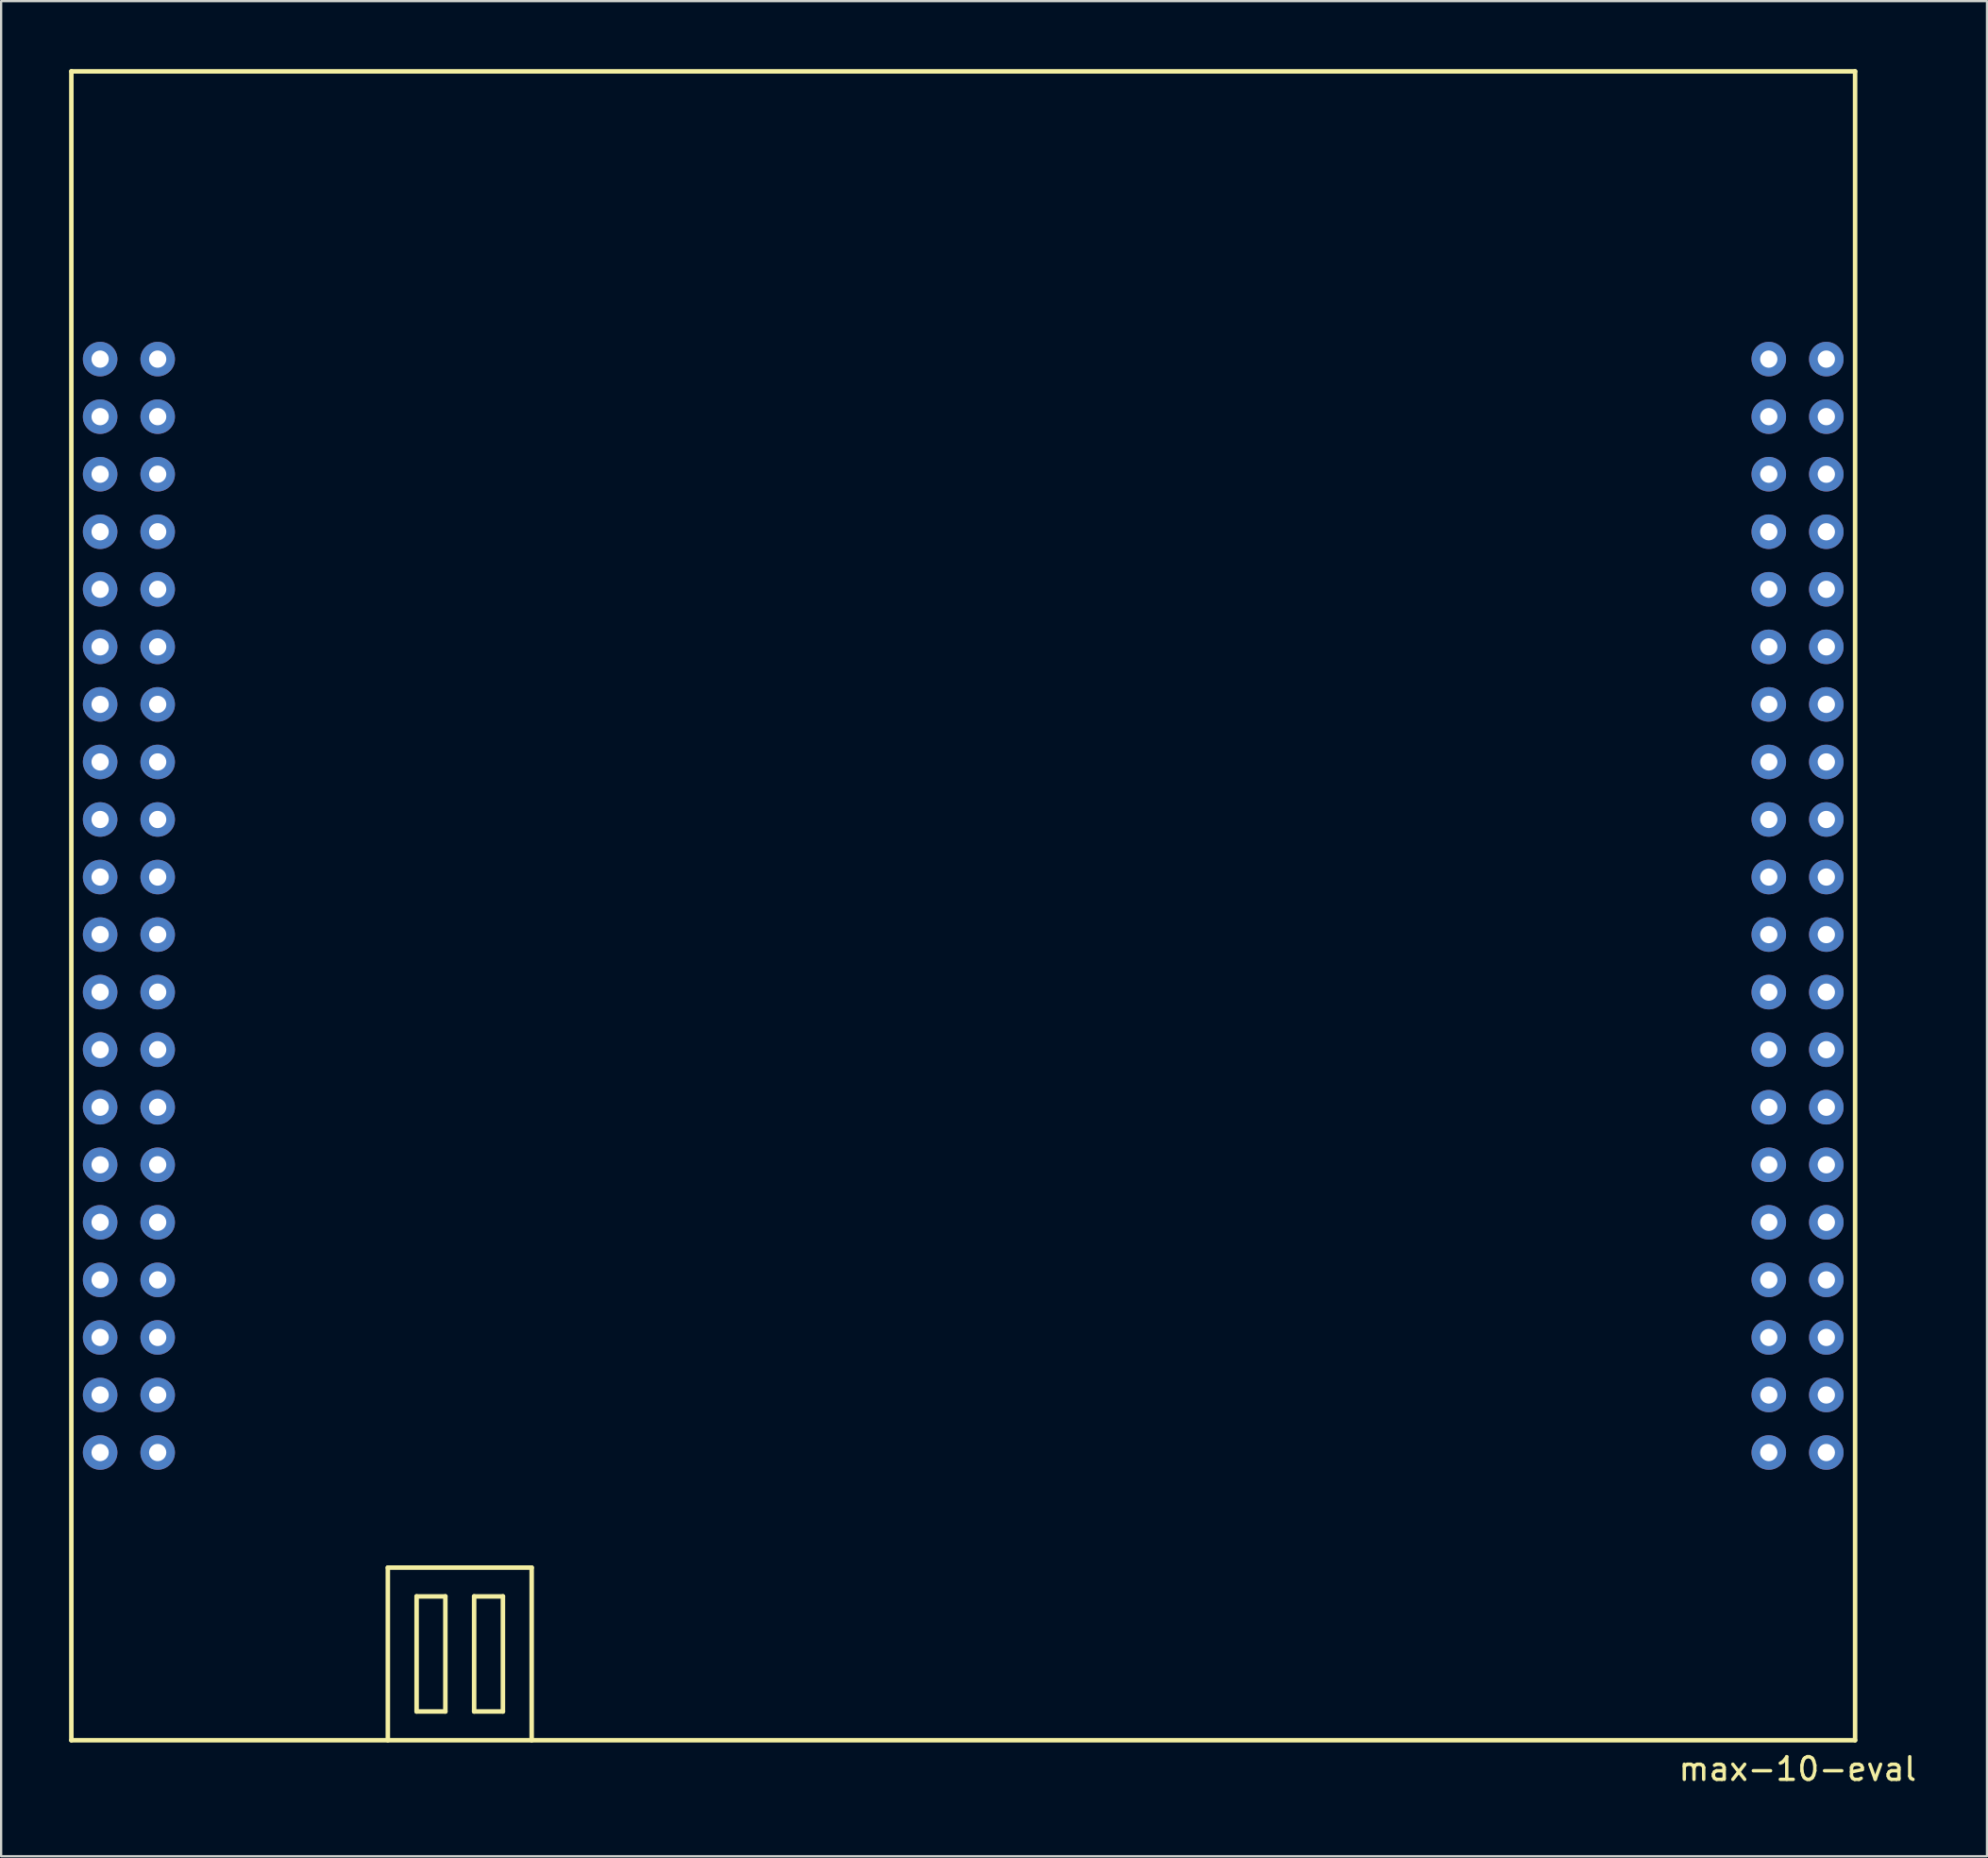
<source format=kicad_pcb>
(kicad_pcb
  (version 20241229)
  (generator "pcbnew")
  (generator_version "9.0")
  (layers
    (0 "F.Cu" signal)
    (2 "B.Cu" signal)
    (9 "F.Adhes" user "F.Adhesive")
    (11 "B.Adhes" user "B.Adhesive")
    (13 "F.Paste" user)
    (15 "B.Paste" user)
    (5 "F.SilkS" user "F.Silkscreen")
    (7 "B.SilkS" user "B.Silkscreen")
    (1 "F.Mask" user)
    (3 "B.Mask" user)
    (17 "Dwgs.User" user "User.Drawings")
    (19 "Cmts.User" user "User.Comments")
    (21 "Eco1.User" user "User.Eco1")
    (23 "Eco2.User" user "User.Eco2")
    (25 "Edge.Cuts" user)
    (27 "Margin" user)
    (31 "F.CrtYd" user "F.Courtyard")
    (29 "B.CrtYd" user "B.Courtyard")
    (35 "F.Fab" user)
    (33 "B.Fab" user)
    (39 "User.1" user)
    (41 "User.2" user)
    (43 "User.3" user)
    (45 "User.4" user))
  (footprint "max-10-eval"
    (layer "F.Cu")
    (at 1.37 12.8)
    (property "Reference" "max-10-eval" (at 74.93 62.23 0) (layer "F.SilkS") (effects (font (size 1 1) (thickness 0.15))))
    (attr through_hole)
    (fp_line (start -1.27 -12.7) (end -1.27 60.96) (stroke (width 0.2) (type solid)) (layer "F.SilkS"))
    (fp_line (start -1.27 60.96) (end 77.47 60.96) (stroke (width 0.2) (type solid)) (layer "F.SilkS"))
    (fp_line (start 12.7 53.34) (end 19.05 53.34) (stroke (width 0.2) (type solid)) (layer "F.SilkS"))
    (fp_line (start 12.7 60.96) (end 12.7 53.34) (stroke (width 0.2) (type solid)) (layer "F.SilkS"))
    (fp_line (start 13.97 54.61) (end 13.97 59.69) (stroke (width 0.2) (type solid)) (layer "F.SilkS"))
    (fp_line (start 13.97 59.69) (end 15.24 59.69) (stroke (width 0.2) (type solid)) (layer "F.SilkS"))
    (fp_line (start 15.24 54.61) (end 13.97 54.61) (stroke (width 0.2) (type solid)) (layer "F.SilkS"))
    (fp_line (start 15.24 59.69) (end 15.24 54.61) (stroke (width 0.2) (type solid)) (layer "F.SilkS"))
    (fp_line (start 16.51 54.61) (end 16.51 59.69) (stroke (width 0.2) (type solid)) (layer "F.SilkS"))
    (fp_line (start 16.51 59.69) (end 17.78 59.69) (stroke (width 0.2) (type solid)) (layer "F.SilkS"))
    (fp_line (start 17.78 54.61) (end 16.51 54.61) (stroke (width 0.2) (type solid)) (layer "F.SilkS"))
    (fp_line (start 17.78 59.69) (end 17.78 54.61) (stroke (width 0.2) (type solid)) (layer "F.SilkS"))
    (fp_line (start 19.05 53.34) (end 19.05 60.96) (stroke (width 0.2) (type solid)) (layer "F.SilkS"))
    (fp_line (start 77.47 -12.7) (end -1.27 -12.7) (stroke (width 0.2) (type solid)) (layer "F.SilkS"))
    (fp_line (start 77.47 60.96) (end 77.47 -12.7) (stroke (width 0.2) (type solid)) (layer "F.SilkS"))
    (pad "17" thru_hole circle (at 76.2 45.72) (size 1.524 1.524) (drill 0.762) (layers "*.Cu" "*.Mask"))
    (pad "28" thru_hole circle (at 76.2 33.02) (size 1.524 1.524) (drill 0.762) (layers "*.Cu" "*.Mask"))
    (pad "29" thru_hole circle (at 76.2 30.48) (size 1.524 1.524) (drill 0.762) (layers "*.Cu" "*.Mask"))
    (pad "30" thru_hole circle (at 76.2 25.4) (size 1.524 1.524) (drill 0.762) (layers "*.Cu" "*.Mask"))
    (pad "32" thru_hole circle (at 73.66 33.02) (size 1.524 1.524) (drill 0.762) (layers "*.Cu" "*.Mask"))
    (pad "33" thru_hole circle (at 73.66 30.48) (size 1.524 1.524) (drill 0.762) (layers "*.Cu" "*.Mask"))
    (pad "38" thru_hole circle (at 76.2 22.86) (size 1.524 1.524) (drill 0.762) (layers "*.Cu" "*.Mask"))
    (pad "39" thru_hole circle (at 76.2 20.32) (size 1.524 1.524) (drill 0.762) (layers "*.Cu" "*.Mask"))
    (pad "41" thru_hole circle (at 73.66 22.86) (size 1.524 1.524) (drill 0.762) (layers "*.Cu" "*.Mask"))
    (pad "43" thru_hole circle (at 73.66 20.32) (size 1.524 1.524) (drill 0.762) (layers "*.Cu" "*.Mask"))
    (pad "44" thru_hole circle (at 76.2 17.78) (size 1.524 1.524) (drill 0.762) (layers "*.Cu" "*.Mask"))
    (pad "45" thru_hole circle (at 76.2 15.24) (size 1.524 1.524) (drill 0.762) (layers "*.Cu" "*.Mask"))
    (pad "46" thru_hole circle (at 73.66 17.78) (size 1.524 1.524) (drill 0.762) (layers "*.Cu" "*.Mask"))
    (pad "47" thru_hole circle (at 73.66 15.24) (size 1.524 1.524) (drill 0.762) (layers "*.Cu" "*.Mask"))
    (pad "48" thru_hole circle (at 76.2 0) (size 1.524 1.524) (drill 0.762) (layers "*.Cu" "*.Mask"))
    (pad "50" thru_hole circle (at 76.2 12.7) (size 1.524 1.524) (drill 0.762) (layers "*.Cu" "*.Mask"))
    (pad "52" thru_hole circle (at 76.2 10.16) (size 1.524 1.524) (drill 0.762) (layers "*.Cu" "*.Mask"))
    (pad "55" thru_hole circle (at 73.66 12.7) (size 1.524 1.524) (drill 0.762) (layers "*.Cu" "*.Mask"))
    (pad "56" thru_hole circle (at 73.66 10.16) (size 1.524 1.524) (drill 0.762) (layers "*.Cu" "*.Mask"))
    (pad "57" thru_hole circle (at 76.2 7.62) (size 1.524 1.524) (drill 0.762) (layers "*.Cu" "*.Mask"))
    (pad "58" thru_hole circle (at 76.2 5.08) (size 1.524 1.524) (drill 0.762) (layers "*.Cu" "*.Mask"))
    (pad "59" thru_hole circle (at 73.66 7.62) (size 1.524 1.524) (drill 0.762) (layers "*.Cu" "*.Mask"))
    (pad "60" thru_hole circle (at 73.66 5.08) (size 1.524 1.524) (drill 0.762) (layers "*.Cu" "*.Mask"))
    (pad "61" thru_hole circle (at 73.66 40.64) (size 1.524 1.524) (drill 0.762) (layers "*.Cu" "*.Mask"))
    (pad "80" thru_hole circle (at 2.54 45.72) (size 1.524 1.524) (drill 0.762) (layers "*.Cu" "*.Mask"))
    (pad "88" thru_hole circle (at 0 5.08) (size 1.524 1.524) (drill 0.762) (layers "*.Cu" "*.Mask"))
    (pad "89" thru_hole circle (at 0 7.62) (size 1.524 1.524) (drill 0.762) (layers "*.Cu" "*.Mask"))
    (pad "90" thru_hole circle (at 2.54 5.08) (size 1.524 1.524) (drill 0.762) (layers "*.Cu" "*.Mask"))
    (pad "91" thru_hole circle (at 2.54 7.62) (size 1.524 1.524) (drill 0.762) (layers "*.Cu" "*.Mask"))
    (pad "92" thru_hole circle (at 0 10.16) (size 1.524 1.524) (drill 0.762) (layers "*.Cu" "*.Mask"))
    (pad "93" thru_hole circle (at 0 12.7) (size 1.524 1.524) (drill 0.762) (layers "*.Cu" "*.Mask"))
    (pad "96" thru_hole circle (at 2.54 10.16) (size 1.524 1.524) (drill 0.762) (layers "*.Cu" "*.Mask"))
    (pad "97" thru_hole circle (at 2.54 0) (size 1.524 1.524) (drill 0.762) (layers "*.Cu" "*.Mask"))
    (pad "98" thru_hole circle (at 2.54 12.7) (size 1.524 1.524) (drill 0.762) (layers "*.Cu" "*.Mask"))
    (pad "99" thru_hole circle (at 0 15.24) (size 1.524 1.524) (drill 0.762) (layers "*.Cu" "*.Mask"))
    (pad "100" thru_hole circle (at 2.54 15.24) (size 1.524 1.524) (drill 0.762) (layers "*.Cu" "*.Mask"))
    (pad "101" thru_hole circle (at 0 17.78) (size 1.524 1.524) (drill 0.762) (layers "*.Cu" "*.Mask"))
    (pad "102" thru_hole circle (at 2.54 17.78) (size 1.524 1.524) (drill 0.762) (layers "*.Cu" "*.Mask"))
    (pad "105" thru_hole circle (at 0 20.32) (size 1.524 1.524) (drill 0.762) (layers "*.Cu" "*.Mask"))
    (pad "106" thru_hole circle (at 0 22.86) (size 1.524 1.524) (drill 0.762) (layers "*.Cu" "*.Mask"))
    (pad "110" thru_hole circle (at 0 30.48) (size 1.524 1.524) (drill 0.762) (layers "*.Cu" "*.Mask"))
    (pad "111" thru_hole circle (at 0 33.02) (size 1.524 1.524) (drill 0.762) (layers "*.Cu" "*.Mask"))
    (pad "112" thru_hole circle (at 2.54 25.4) (size 1.524 1.524) (drill 0.762) (layers "*.Cu" "*.Mask"))
    (pad "113" thru_hole circle (at 2.54 38.1) (size 1.524 1.524) (drill 0.762) (layers "*.Cu" "*.Mask"))
    (pad "114" thru_hole circle (at 2.54 40.64) (size 1.524 1.524) (drill 0.762) (layers "*.Cu" "*.Mask"))
    (pad "118" thru_hole circle (at 2.54 30.48) (size 1.524 1.524) (drill 0.762) (layers "*.Cu" "*.Mask"))
    (pad "119" thru_hole circle (at 2.54 33.02) (size 1.524 1.524) (drill 0.762) (layers "*.Cu" "*.Mask"))
    (pad "123" thru_hole circle (at 0 45.72) (size 1.524 1.524) (drill 0.762) (layers "*.Cu" "*.Mask"))
    (pad "GND" thru_hole circle (at 0 2.54) (size 1.524 1.524) (drill 0.762) (layers "*.Cu" "*.Mask"))
    (pad "GND" thru_hole circle (at 0 27.94) (size 1.524 1.524) (drill 0.762) (layers "*.Cu" "*.Mask"))
    (pad "GND" thru_hole circle (at 0 35.56) (size 1.524 1.524) (drill 0.762) (layers "*.Cu" "*.Mask"))
    (pad "GND" thru_hole circle (at 0 48.26) (size 1.524 1.524) (drill 0.762) (layers "*.Cu" "*.Mask"))
    (pad "GND" thru_hole circle (at 2.54 2.54) (size 1.524 1.524) (drill 0.762) (layers "*.Cu" "*.Mask"))
    (pad "GND" thru_hole circle (at 2.54 27.94) (size 1.524 1.524) (drill 0.762) (layers "*.Cu" "*.Mask"))
    (pad "GND" thru_hole circle (at 2.54 35.56) (size 1.524 1.524) (drill 0.762) (layers "*.Cu" "*.Mask"))
    (pad "GND" thru_hole circle (at 2.54 48.26) (size 1.524 1.524) (drill 0.762) (layers "*.Cu" "*.Mask"))
    (pad "GND" thru_hole circle (at 73.66 2.54) (size 1.524 1.524) (drill 0.762) (layers "*.Cu" "*.Mask"))
    (pad "GND" thru_hole circle (at 73.66 27.94) (size 1.524 1.524) (drill 0.762) (layers "*.Cu" "*.Mask"))
    (pad "GND" thru_hole circle (at 73.66 35.56) (size 1.524 1.524) (drill 0.762) (layers "*.Cu" "*.Mask"))
    (pad "GND" thru_hole circle (at 73.66 43.18) (size 1.524 1.524) (drill 0.762) (layers "*.Cu" "*.Mask"))
    (pad "GND" thru_hole circle (at 73.66 48.26) (size 1.524 1.524) (drill 0.762) (layers "*.Cu" "*.Mask"))
    (pad "GND" thru_hole circle (at 76.2 2.54) (size 1.524 1.524) (drill 0.762) (layers "*.Cu" "*.Mask"))
    (pad "GND" thru_hole circle (at 76.2 27.94) (size 1.524 1.524) (drill 0.762) (layers "*.Cu" "*.Mask"))
    (pad "GND" thru_hole circle (at 76.2 35.56) (size 1.524 1.524) (drill 0.762) (layers "*.Cu" "*.Mask"))
    (pad "GND" thru_hole circle (at 76.2 43.18) (size 1.524 1.524) (drill 0.762) (layers "*.Cu" "*.Mask"))
    (pad "GND" thru_hole circle (at 76.2 48.26) (size 1.524 1.524) (drill 0.762) (layers "*.Cu" "*.Mask"))
    (pad "IO1A" thru_hole circle (at 73.66 45.72) (size 1.524 1.524) (drill 0.762) (layers "*.Cu" "*.Mask"))
    (pad "IO1B" thru_hole circle (at 76.2 40.64) (size 1.524 1.524) (drill 0.762) (layers "*.Cu" "*.Mask"))
    (pad "IO2" thru_hole circle (at 73.66 25.4) (size 1.524 1.524) (drill 0.762) (layers "*.Cu" "*.Mask"))
    (pad "IO3" thru_hole circle (at 73.66 0) (size 1.524 1.524) (drill 0.762) (layers "*.Cu" "*.Mask"))
    (pad "IO4" thru_hole circle (at 73.66 38.1) (size 1.524 1.524) (drill 0.762) (layers "*.Cu" "*.Mask"))
    (pad "IO5" thru_hole circle (at 2.54 43.18) (size 1.524 1.524) (drill 0.762) (layers "*.Cu" "*.Mask"))
    (pad "IO6" thru_hole circle (at 0 0) (size 1.524 1.524) (drill 0.762) (layers "*.Cu" "*.Mask"))
    (pad "IO7" thru_hole circle (at 0 25.4) (size 1.524 1.524) (drill 0.762) (layers "*.Cu" "*.Mask"))
    (pad "IO8" thru_hole circle (at 0 43.18) (size 1.524 1.524) (drill 0.762) (layers "*.Cu" "*.Mask"))
    (pad "NC" thru_hole circle (at 0 38.1) (size 1.524 1.524) (drill 0.762) (layers "*.Cu" "*.Mask"))
    (pad "NC" thru_hole circle (at 0 40.64) (size 1.524 1.524) (drill 0.762) (layers "*.Cu" "*.Mask"))
    (pad "NC" thru_hole circle (at 2.54 20.32) (size 1.524 1.524) (drill 0.762) (layers "*.Cu" "*.Mask"))
    (pad "NC" thru_hole circle (at 2.54 22.86) (size 1.524 1.524) (drill 0.762) (layers "*.Cu" "*.Mask"))
    (pad "NC" thru_hole circle (at 76.2 38.1) (size 1.524 1.524) (drill 0.762) (layers "*.Cu" "*.Mask")))
  (gr_rect
    (start -3 -3)
    (end 84.663 78.878)
    (stroke (width 0.1) (type default))
    (fill no)
    (layer "Edge.Cuts")))
</source>
